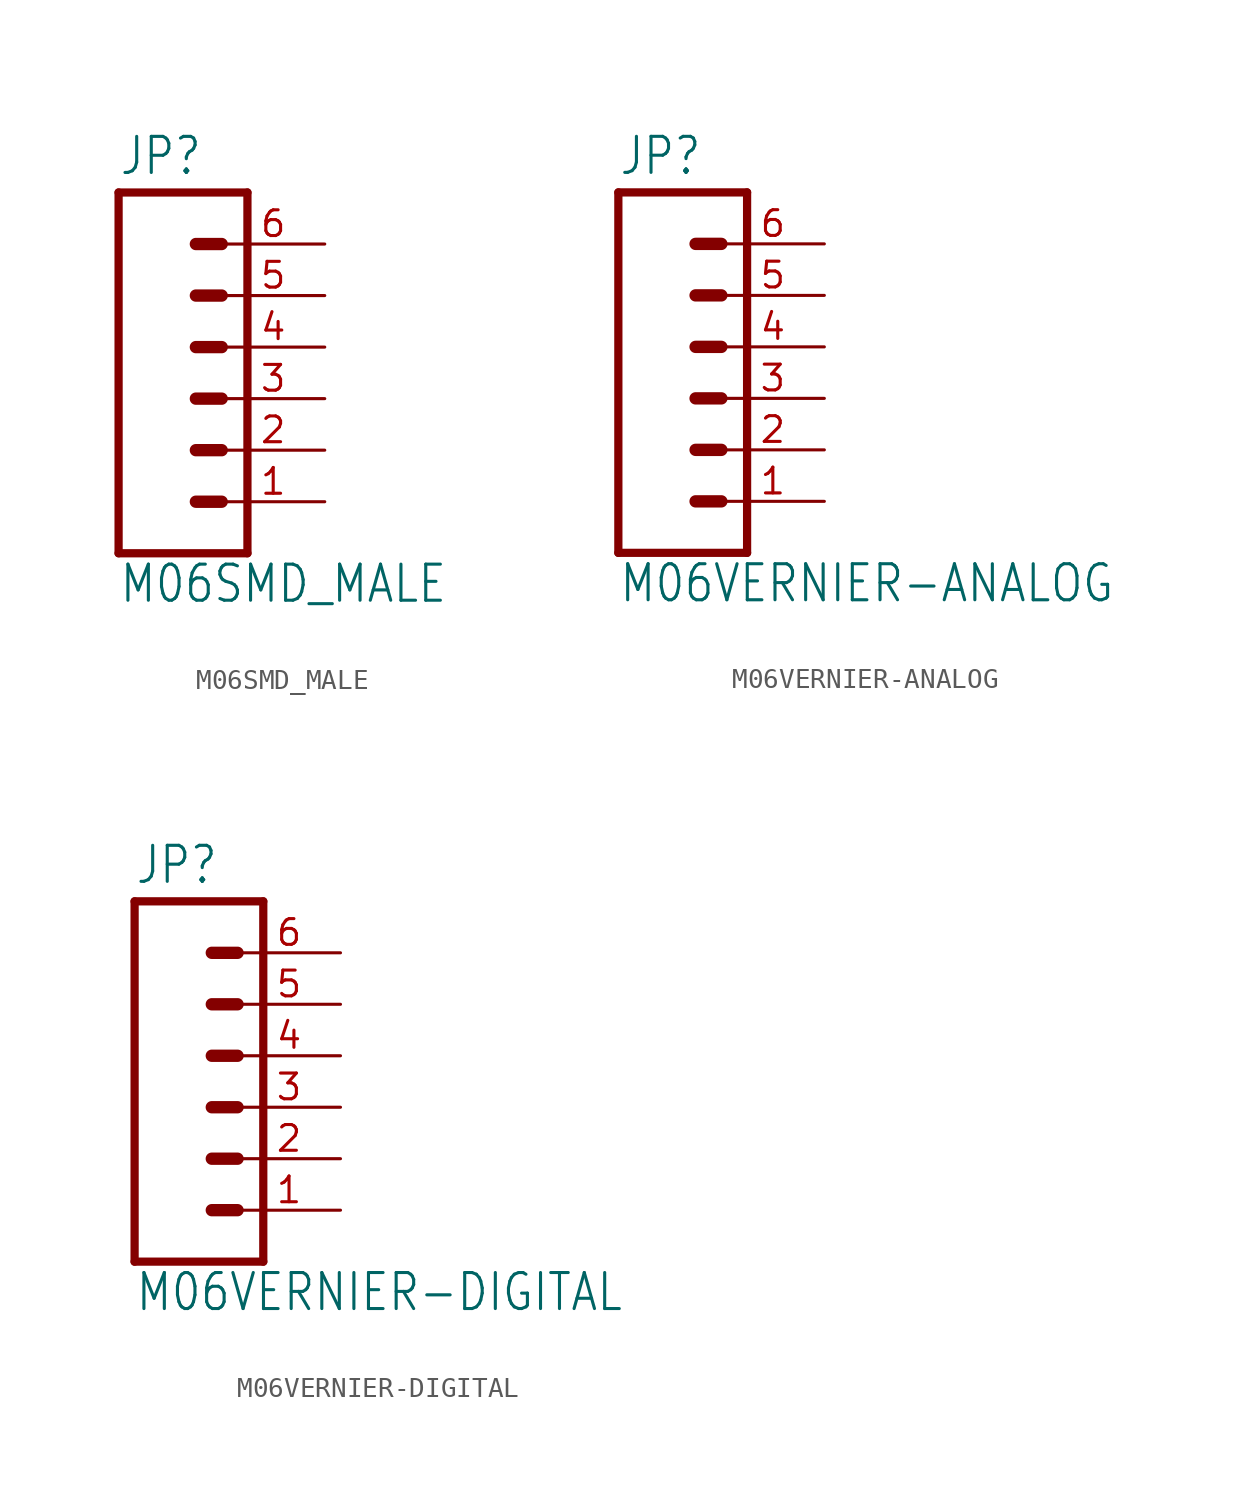
<source format=kicad_sym>
(kicad_symbol_lib
  (version 20211014)
  (generator kicad_symbol_editor)
  (symbol "M06SMD_MALE"
    (property "Reference" "JP"
      (at -5.08 10.922 0)
      (effects (font (size 1.778 1.511)) (justify left bottom)))
    (property "Value" "M06SMD_MALE"
      (at -5.08 -10.16 0)
      (effects (font (size 1.778 1.511)) (justify left bottom)))
    (property "ki_locked" ""
      (at 0 0 0)
      (effects (font (size 1.27 1.27))))
    (symbol "M06SMD_MALE_1_0"
      (polyline (pts (xy -5.08 10.16) (xy -5.08 -7.62)) (stroke (width 0.406) (type default) (color 0 0 0 0)) (fill (type none)))
      (polyline (pts (xy -5.08 10.16) (xy 1.27 10.16)) (stroke (width 0.406) (type default) (color 0 0 0 0)) (fill (type none)))
      (polyline (pts (xy -1.27 -5.08) (xy 0 -5.08)) (stroke (width 0.61) (type default) (color 0 0 0 0)) (fill (type none)))
      (polyline (pts (xy -1.27 -2.54) (xy 0 -2.54)) (stroke (width 0.61) (type default) (color 0 0 0 0)) (fill (type none)))
      (polyline (pts (xy -1.27 0) (xy 0 0)) (stroke (width 0.61) (type default) (color 0 0 0 0)) (fill (type none)))
      (polyline (pts (xy -1.27 2.54) (xy 0 2.54)) (stroke (width 0.61) (type default) (color 0 0 0 0)) (fill (type none)))
      (polyline (pts (xy -1.27 5.08) (xy 0 5.08)) (stroke (width 0.61) (type default) (color 0 0 0 0)) (fill (type none)))
      (polyline (pts (xy -1.27 7.62) (xy 0 7.62)) (stroke (width 0.61) (type default) (color 0 0 0 0)) (fill (type none)))
      (polyline (pts (xy 1.27 -7.62) (xy -5.08 -7.62)) (stroke (width 0.406) (type default) (color 0 0 0 0)) (fill (type none)))
      (polyline (pts (xy 1.27 -7.62) (xy 1.27 10.16)) (stroke (width 0.406) (type default) (color 0 0 0 0)) (fill (type none)))
      (pin passive line (at 5.08 -5.08 180) (length 5.08) (name "1" (effects (font (size 0 0)))) (number "1" (effects (font (size 1.27 1.27)))))
      (pin passive line (at 5.08 -2.54 180) (length 5.08) (name "2" (effects (font (size 0 0)))) (number "2" (effects (font (size 1.27 1.27)))))
      (pin passive line (at 5.08 0 180) (length 5.08) (name "3" (effects (font (size 0 0)))) (number "3" (effects (font (size 1.27 1.27)))))
      (pin passive line (at 5.08 2.54 180) (length 5.08) (name "4" (effects (font (size 0 0)))) (number "4" (effects (font (size 1.27 1.27)))))
      (pin passive line (at 5.08 5.08 180) (length 5.08) (name "5" (effects (font (size 0 0)))) (number "5" (effects (font (size 1.27 1.27)))))
      (pin passive line (at 5.08 7.62 180) (length 5.08) (name "6" (effects (font (size 0 0)))) (number "6" (effects (font (size 1.27 1.27)))))))
  (symbol "M06VERNIER-ANALOG"
    (property "Reference" "JP"
      (at -5.08 10.922 0)
      (effects (font (size 1.778 1.511)) (justify left bottom)))
    (property "Value" "M06VERNIER-ANALOG"
      (at -5.08 -10.16 0)
      (effects (font (size 1.778 1.511)) (justify left bottom)))
    (property "ki_locked" ""
      (at 0 0 0)
      (effects (font (size 1.27 1.27))))
    (symbol "M06VERNIER-ANALOG_1_0"
      (polyline (pts (xy -5.08 10.16) (xy -5.08 -7.62)) (stroke (width 0.406) (type default) (color 0 0 0 0)) (fill (type none)))
      (polyline (pts (xy -5.08 10.16) (xy 1.27 10.16)) (stroke (width 0.406) (type default) (color 0 0 0 0)) (fill (type none)))
      (polyline (pts (xy -1.27 -5.08) (xy 0 -5.08)) (stroke (width 0.61) (type default) (color 0 0 0 0)) (fill (type none)))
      (polyline (pts (xy -1.27 -2.54) (xy 0 -2.54)) (stroke (width 0.61) (type default) (color 0 0 0 0)) (fill (type none)))
      (polyline (pts (xy -1.27 0) (xy 0 0)) (stroke (width 0.61) (type default) (color 0 0 0 0)) (fill (type none)))
      (polyline (pts (xy -1.27 2.54) (xy 0 2.54)) (stroke (width 0.61) (type default) (color 0 0 0 0)) (fill (type none)))
      (polyline (pts (xy -1.27 5.08) (xy 0 5.08)) (stroke (width 0.61) (type default) (color 0 0 0 0)) (fill (type none)))
      (polyline (pts (xy -1.27 7.62) (xy 0 7.62)) (stroke (width 0.61) (type default) (color 0 0 0 0)) (fill (type none)))
      (polyline (pts (xy 1.27 -7.62) (xy -5.08 -7.62)) (stroke (width 0.406) (type default) (color 0 0 0 0)) (fill (type none)))
      (polyline (pts (xy 1.27 -7.62) (xy 1.27 10.16)) (stroke (width 0.406) (type default) (color 0 0 0 0)) (fill (type none)))
      (pin passive line (at 5.08 -5.08 180) (length 5.08) (name "1" (effects (font (size 0 0)))) (number "1" (effects (font (size 1.27 1.27)))))
      (pin passive line (at 5.08 -2.54 180) (length 5.08) (name "2" (effects (font (size 0 0)))) (number "2" (effects (font (size 1.27 1.27)))))
      (pin passive line (at 5.08 0 180) (length 5.08) (name "3" (effects (font (size 0 0)))) (number "3" (effects (font (size 1.27 1.27)))))
      (pin passive line (at 5.08 2.54 180) (length 5.08) (name "4" (effects (font (size 0 0)))) (number "4" (effects (font (size 1.27 1.27)))))
      (pin passive line (at 5.08 5.08 180) (length 5.08) (name "5" (effects (font (size 0 0)))) (number "5" (effects (font (size 1.27 1.27)))))
      (pin passive line (at 5.08 7.62 180) (length 5.08) (name "6" (effects (font (size 0 0)))) (number "6" (effects (font (size 1.27 1.27)))))))
  (symbol "M06VERNIER-DIGITAL"
    (property "Reference" "JP"
      (at -5.08 10.922 0)
      (effects (font (size 1.778 1.511)) (justify left bottom)))
    (property "Value" "M06VERNIER-DIGITAL"
      (at -5.08 -10.16 0)
      (effects (font (size 1.778 1.511)) (justify left bottom)))
    (property "ki_locked" ""
      (at 0 0 0)
      (effects (font (size 1.27 1.27))))
    (symbol "M06VERNIER-DIGITAL_1_0"
      (polyline (pts (xy -5.08 10.16) (xy -5.08 -7.62)) (stroke (width 0.406) (type default) (color 0 0 0 0)) (fill (type none)))
      (polyline (pts (xy -5.08 10.16) (xy 1.27 10.16)) (stroke (width 0.406) (type default) (color 0 0 0 0)) (fill (type none)))
      (polyline (pts (xy -1.27 -5.08) (xy 0 -5.08)) (stroke (width 0.61) (type default) (color 0 0 0 0)) (fill (type none)))
      (polyline (pts (xy -1.27 -2.54) (xy 0 -2.54)) (stroke (width 0.61) (type default) (color 0 0 0 0)) (fill (type none)))
      (polyline (pts (xy -1.27 0) (xy 0 0)) (stroke (width 0.61) (type default) (color 0 0 0 0)) (fill (type none)))
      (polyline (pts (xy -1.27 2.54) (xy 0 2.54)) (stroke (width 0.61) (type default) (color 0 0 0 0)) (fill (type none)))
      (polyline (pts (xy -1.27 5.08) (xy 0 5.08)) (stroke (width 0.61) (type default) (color 0 0 0 0)) (fill (type none)))
      (polyline (pts (xy -1.27 7.62) (xy 0 7.62)) (stroke (width 0.61) (type default) (color 0 0 0 0)) (fill (type none)))
      (polyline (pts (xy 1.27 -7.62) (xy -5.08 -7.62)) (stroke (width 0.406) (type default) (color 0 0 0 0)) (fill (type none)))
      (polyline (pts (xy 1.27 -7.62) (xy 1.27 10.16)) (stroke (width 0.406) (type default) (color 0 0 0 0)) (fill (type none)))
      (pin passive line (at 5.08 -5.08 180) (length 5.08) (name "1" (effects (font (size 0 0)))) (number "1" (effects (font (size 1.27 1.27)))))
      (pin passive line (at 5.08 -2.54 180) (length 5.08) (name "2" (effects (font (size 0 0)))) (number "2" (effects (font (size 1.27 1.27)))))
      (pin passive line (at 5.08 0 180) (length 5.08) (name "3" (effects (font (size 0 0)))) (number "3" (effects (font (size 1.27 1.27)))))
      (pin passive line (at 5.08 2.54 180) (length 5.08) (name "4" (effects (font (size 0 0)))) (number "4" (effects (font (size 1.27 1.27)))))
      (pin passive line (at 5.08 5.08 180) (length 5.08) (name "5" (effects (font (size 0 0)))) (number "5" (effects (font (size 1.27 1.27)))))
      (pin passive line (at 5.08 7.62 180) (length 5.08) (name "6" (effects (font (size 0 0)))) (number "6" (effects (font (size 1.27 1.27))))))))
</source>
